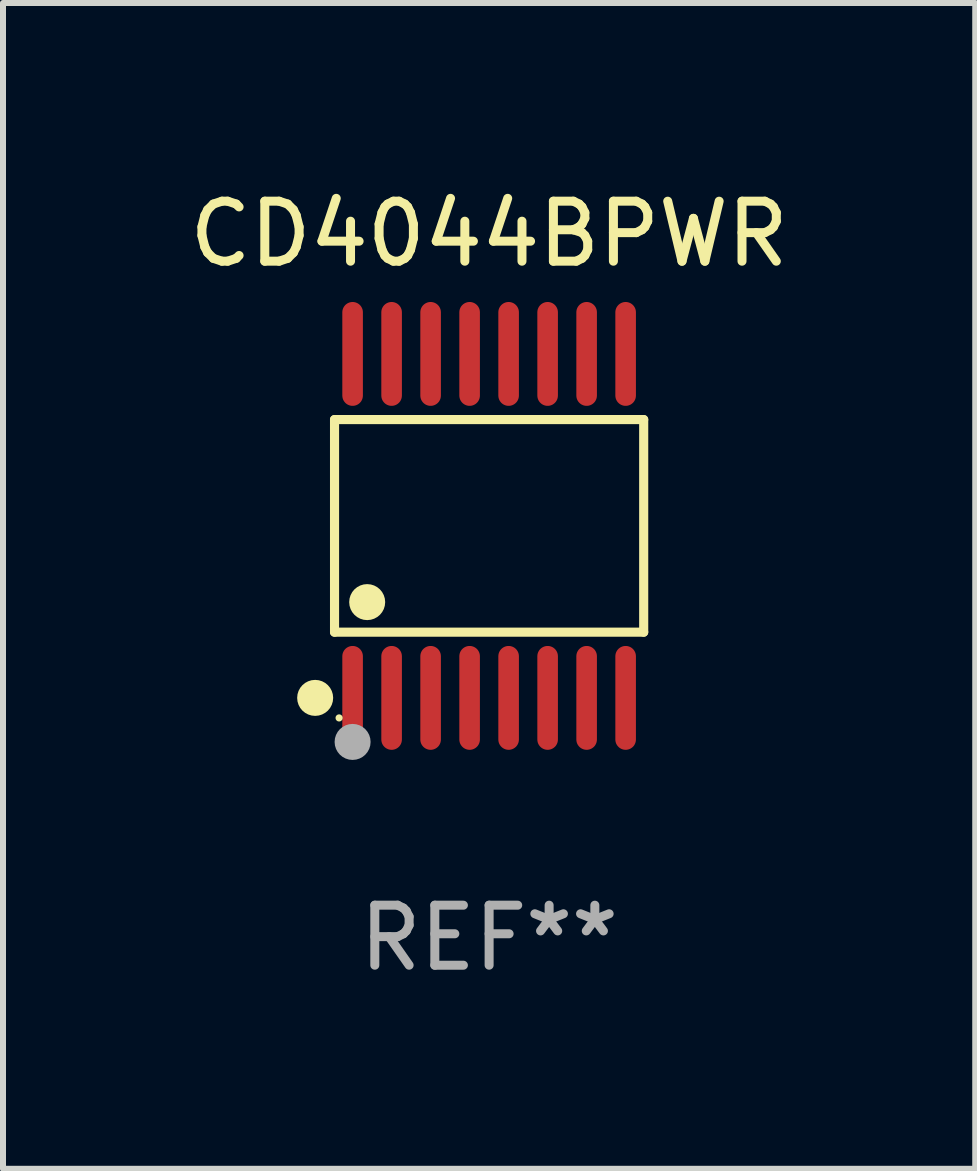
<source format=kicad_pcb>
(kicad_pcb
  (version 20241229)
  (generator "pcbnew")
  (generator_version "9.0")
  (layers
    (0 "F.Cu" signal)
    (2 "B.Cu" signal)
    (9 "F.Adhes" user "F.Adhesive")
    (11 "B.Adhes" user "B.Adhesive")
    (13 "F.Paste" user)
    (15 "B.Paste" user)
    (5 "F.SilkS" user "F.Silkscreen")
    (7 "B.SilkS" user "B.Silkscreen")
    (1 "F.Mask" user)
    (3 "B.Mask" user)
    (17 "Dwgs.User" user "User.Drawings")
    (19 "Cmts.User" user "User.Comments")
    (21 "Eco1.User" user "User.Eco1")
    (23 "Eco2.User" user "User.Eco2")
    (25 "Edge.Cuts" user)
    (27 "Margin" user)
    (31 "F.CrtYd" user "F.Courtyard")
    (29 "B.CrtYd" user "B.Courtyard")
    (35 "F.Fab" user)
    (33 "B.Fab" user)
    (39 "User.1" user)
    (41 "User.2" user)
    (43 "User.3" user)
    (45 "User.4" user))
  (footprint "CD4044BPWR"
    (layer "F.Cu")
    (at 5.101 5.714)
    (property "Reference" "CD4044BPWR" (at 0 -4.866 0) (layer "F.SilkS") (effects (font (size 1 1) (thickness 0.15))))
    (attr through_hole)
    (fp_line (start -2.576 -1.772) (end 2.576 -1.772) (stroke (width 0.152) (type solid)) (layer "F.SilkS"))
    (fp_line (start -2.576 1.771) (end -2.576 -1.772) (stroke (width 0.152) (type solid)) (layer "F.SilkS"))
    (fp_line (start 2.576 -1.772) (end 2.576 1.771) (stroke (width 0.152) (type solid)) (layer "F.SilkS"))
    (fp_line (start 2.576 1.771) (end -2.576 1.771) (stroke (width 0.152) (type solid)) (layer "F.SilkS"))
    (fp_circle (center -2.899 2.866) (end -2.749 2.866) (stroke (width 0.3) (type solid)) (fill no) (layer "F.SilkS"))
    (fp_circle (center -2.5 3.2) (end -2.47 3.2) (stroke (width 0.06) (type solid)) (fill no) (layer "F.SilkS"))
    (fp_circle (center -2.032 1.27) (end -1.882 1.27) (stroke (width 0.3) (type solid)) (fill no) (layer "F.SilkS"))
    (fp_circle (center -2.275 3.6) (end -2.125 3.6) (stroke (width 0.3) (type solid)) (fill no) (layer "F.Fab"))
    (fp_text user "REF**" (at 0 6.866 0) (layer "F.Fab") (effects (font (size 1 1) (thickness 0.15))))
    (pad "1" smd oval (at -2.275 2.866) (size 0.343 1.731) (layers "F.Cu" "F.Mask" "F.Paste"))
    (pad "2" smd oval (at -1.625 2.866) (size 0.343 1.731) (layers "F.Cu" "F.Mask" "F.Paste"))
    (pad "3" smd oval (at -0.975 2.866) (size 0.343 1.731) (layers "F.Cu" "F.Mask" "F.Paste"))
    (pad "4" smd oval (at -0.325 2.866) (size 0.343 1.731) (layers "F.Cu" "F.Mask" "F.Paste"))
    (pad "5" smd oval (at 0.325 2.866) (size 0.343 1.731) (layers "F.Cu" "F.Mask" "F.Paste"))
    (pad "6" smd oval (at 0.975 2.866) (size 0.343 1.731) (layers "F.Cu" "F.Mask" "F.Paste"))
    (pad "7" smd oval (at 1.625 2.866) (size 0.343 1.731) (layers "F.Cu" "F.Mask" "F.Paste"))
    (pad "8" smd oval (at 2.275 2.866) (size 0.343 1.731) (layers "F.Cu" "F.Mask" "F.Paste"))
    (pad "9" smd oval (at 2.275 -2.866) (size 0.343 1.731) (layers "F.Cu" "F.Mask" "F.Paste"))
    (pad "10" smd oval (at 1.625 -2.866) (size 0.343 1.731) (layers "F.Cu" "F.Mask" "F.Paste"))
    (pad "11" smd oval (at 0.975 -2.866) (size 0.343 1.731) (layers "F.Cu" "F.Mask" "F.Paste"))
    (pad "12" smd oval (at 0.325 -2.866) (size 0.343 1.731) (layers "F.Cu" "F.Mask" "F.Paste"))
    (pad "13" smd oval (at -0.325 -2.866) (size 0.343 1.731) (layers "F.Cu" "F.Mask" "F.Paste"))
    (pad "14" smd oval (at -0.975 -2.866) (size 0.343 1.731) (layers "F.Cu" "F.Mask" "F.Paste"))
    (pad "15" smd oval (at -1.625 -2.866) (size 0.343 1.731) (layers "F.Cu" "F.Mask" "F.Paste"))
    (pad "16" smd oval (at -2.275 -2.866) (size 0.343 1.731) (layers "F.Cu" "F.Mask" "F.Paste")))
  (gr_rect
    (start -3 -3)
    (end 13.202 16.428)
    (stroke (width 0.1) (type default))
    (fill no)
    (layer "Edge.Cuts")))
</source>
